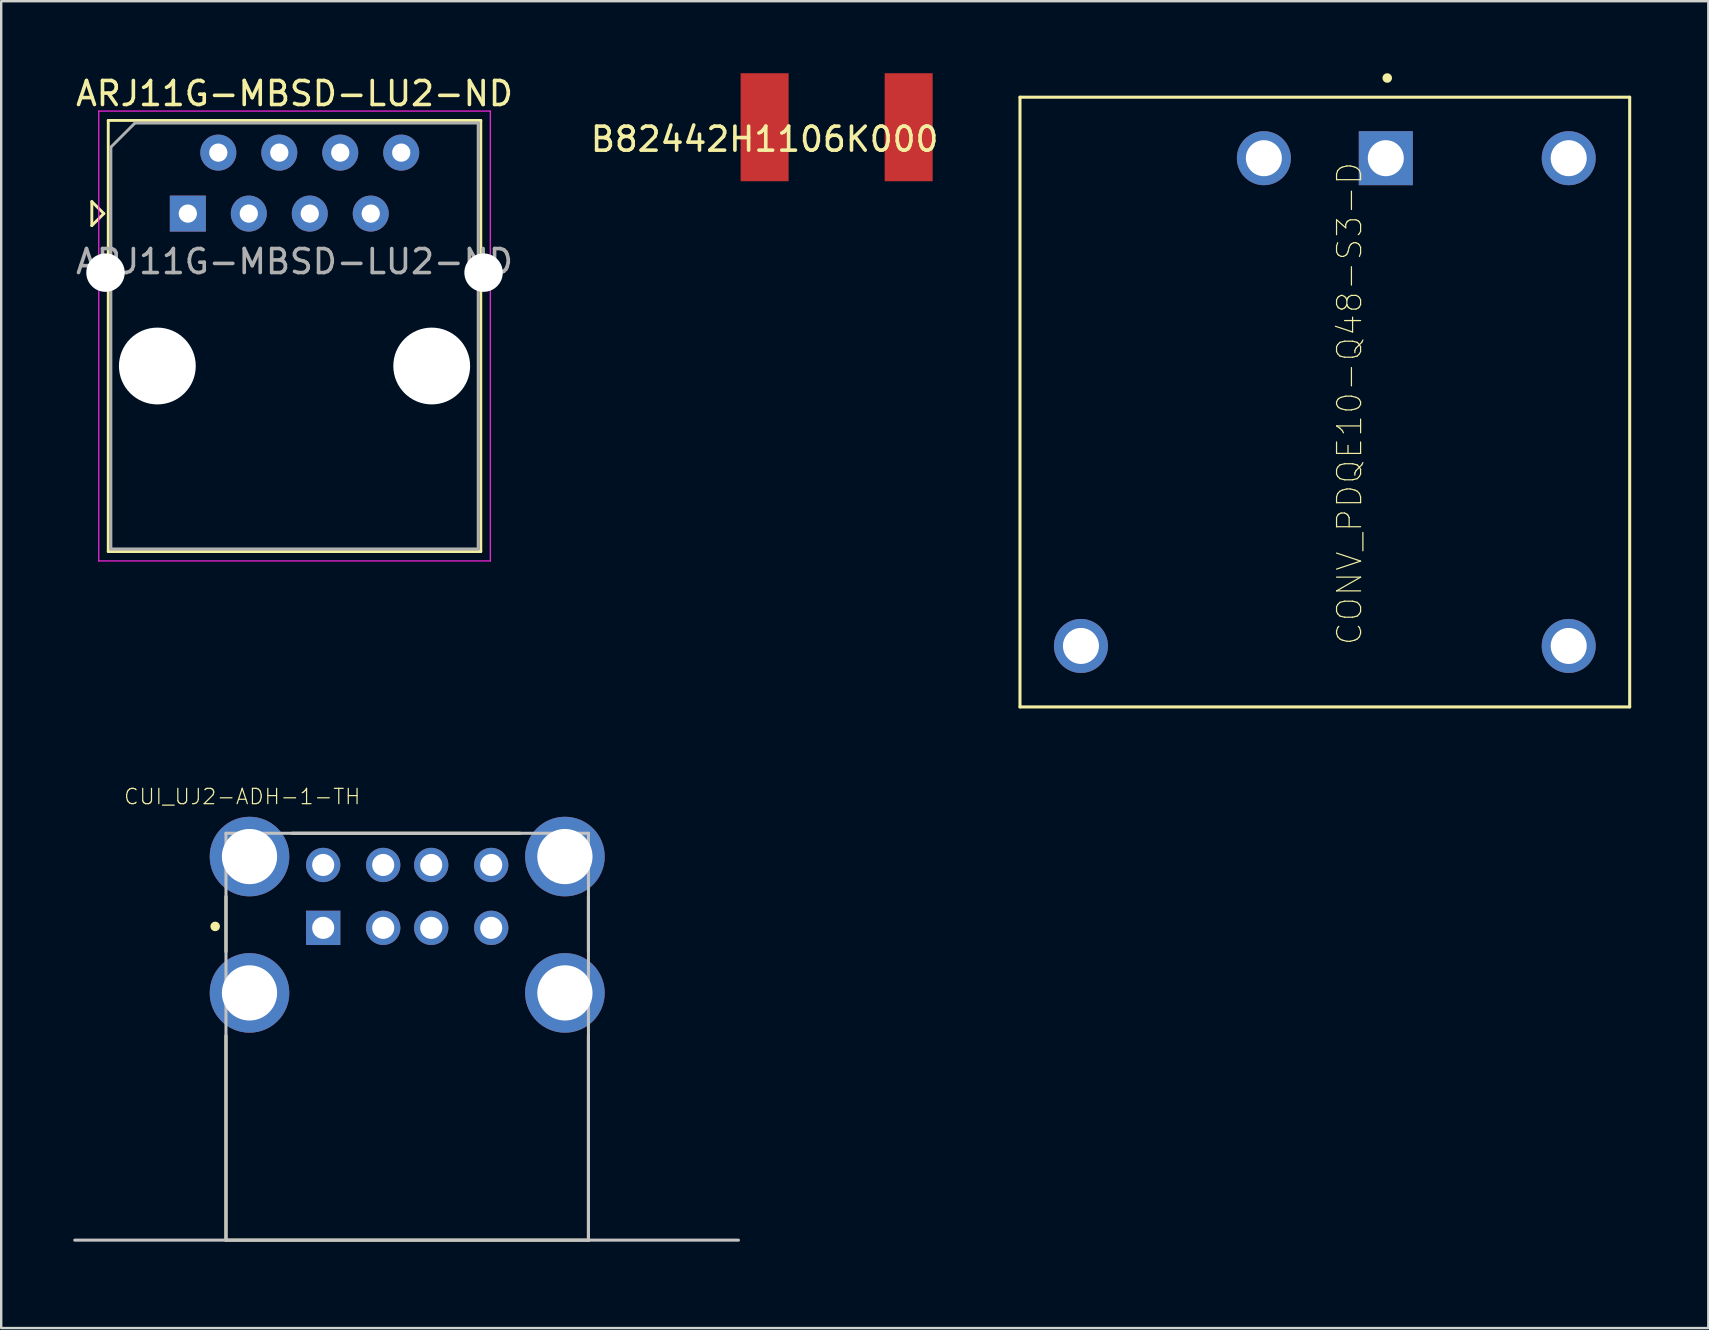
<source format=kicad_pcb>
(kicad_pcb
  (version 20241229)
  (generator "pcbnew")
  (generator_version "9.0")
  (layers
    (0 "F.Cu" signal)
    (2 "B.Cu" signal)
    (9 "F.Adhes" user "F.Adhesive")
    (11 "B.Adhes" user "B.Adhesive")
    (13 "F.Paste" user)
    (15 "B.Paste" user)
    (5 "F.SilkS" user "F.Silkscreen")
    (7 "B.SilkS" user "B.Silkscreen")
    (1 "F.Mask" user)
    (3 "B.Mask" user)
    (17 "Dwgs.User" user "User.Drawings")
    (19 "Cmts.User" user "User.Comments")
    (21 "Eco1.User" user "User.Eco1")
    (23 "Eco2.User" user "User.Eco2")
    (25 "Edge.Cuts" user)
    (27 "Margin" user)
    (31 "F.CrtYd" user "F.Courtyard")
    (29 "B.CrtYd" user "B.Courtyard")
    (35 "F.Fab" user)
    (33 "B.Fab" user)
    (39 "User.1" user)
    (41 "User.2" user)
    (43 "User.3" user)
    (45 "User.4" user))
  (footprint "ARJ11G-MBSD-LU2-ND"
    (layer "F.Cu")
    (at 4.775 5.848)
    (property "Reference" "ARJ11G-MBSD-LU2-ND" (at 4.445 -5 0) (layer "F.SilkS") (effects (font (size 1 1) (thickness 0.15))))
    (attr through_hole)
    (fp_line (start -4 -0.5) (end -4 0.5) (stroke (width 0.12) (type solid)) (layer "F.SilkS"))
    (fp_line (start -4 0.5) (end -3.5 0) (stroke (width 0.12) (type solid)) (layer "F.SilkS"))
    (fp_line (start -3.5 0) (end -4 -0.5) (stroke (width 0.12) (type solid)) (layer "F.SilkS"))
    (fp_line (start -3.315 -3.88) (end -3.315 14.08) (stroke (width 0.12) (type solid)) (layer "F.SilkS"))
    (fp_line (start -3.315 14.08) (end 12.205 14.08) (stroke (width 0.12) (type solid)) (layer "F.SilkS"))
    (fp_line (start 12.205 -3.88) (end -3.315 -3.88) (stroke (width 0.12) (type solid)) (layer "F.SilkS"))
    (fp_line (start 12.205 -3.88) (end 12.205 14.08) (stroke (width 0.12) (type solid)) (layer "F.SilkS"))
    (fp_line (start -3.71 -4.27) (end -3.71 14.47) (stroke (width 0.05) (type solid)) (layer "F.CrtYd"))
    (fp_line (start -3.71 -4.27) (end 12.6 -4.27) (stroke (width 0.05) (type solid)) (layer "F.CrtYd"))
    (fp_line (start 12.6 14.47) (end -3.71 14.47) (stroke (width 0.05) (type solid)) (layer "F.CrtYd"))
    (fp_line (start 12.6 14.47) (end 12.6 -4.27) (stroke (width 0.05) (type solid)) (layer "F.CrtYd"))
    (fp_line (start -3.205 -2.77) (end -2.205 -3.77) (stroke (width 0.12) (type solid)) (layer "F.Fab"))
    (fp_line (start -3.205 13.97) (end -3.205 -2.77) (stroke (width 0.12) (type solid)) (layer "F.Fab"))
    (fp_line (start -2.205 -3.77) (end 12.095 -3.77) (stroke (width 0.12) (type solid)) (layer "F.Fab"))
    (fp_line (start 12.095 -3.77) (end 12.095 13.97) (stroke (width 0.12) (type solid)) (layer "F.Fab"))
    (fp_line (start 12.095 13.97) (end -3.205 13.97) (stroke (width 0.12) (type solid)) (layer "F.Fab"))
    (fp_text user "${REFERENCE}" (at 4.445 2 0) (layer "F.Fab") (effects (font (size 1 1) (thickness 0.15))))
    (pad "" np_thru_hole circle (at -3.43 2.46) (size 1.6 1.6) (drill 1.6) (layers "*.Cu" "*.Mask"))
    (pad "" np_thru_hole circle (at -1.27 6.35) (size 3.2 3.2) (drill 3.2) (layers "*.Cu" "*.Mask"))
    (pad "" np_thru_hole circle (at 10.16 6.35) (size 3.2 3.2) (drill 3.2) (layers "*.Cu" "*.Mask"))
    (pad "" np_thru_hole circle (at 12.32 2.46) (size 1.6 1.6) (drill 1.6) (layers "*.Cu" "*.Mask"))
    (pad "1" thru_hole rect (at 0 0) (size 1.5 1.5) (drill 0.76) (layers "*.Cu" "*.Mask"))
    (pad "2" thru_hole circle (at 1.27 -2.54) (size 1.5 1.5) (drill 0.76) (layers "*.Cu" "*.Mask"))
    (pad "3" thru_hole circle (at 2.54 0) (size 1.5 1.5) (drill 0.76) (layers "*.Cu" "*.Mask"))
    (pad "4" thru_hole circle (at 3.81 -2.54) (size 1.5 1.5) (drill 0.76) (layers "*.Cu" "*.Mask"))
    (pad "5" thru_hole circle (at 5.08 0) (size 1.5 1.5) (drill 0.76) (layers "*.Cu" "*.Mask"))
    (pad "6" thru_hole circle (at 6.35 -2.54) (size 1.5 1.5) (drill 0.76) (layers "*.Cu" "*.Mask"))
    (pad "7" thru_hole circle (at 7.62 0) (size 1.5 1.5) (drill 0.76) (layers "*.Cu" "*.Mask"))
    (pad "8" thru_hole circle (at 8.89 -2.54) (size 1.5 1.5) (drill 0.76) (layers "*.Cu" "*.Mask")))
  (footprint "CONV_PDQE10-Q48-S3-D"
    (layer "F.Cu")
    (at 52.142 13.7)
    (property "Reference" "CONV_PDQE10-Q48-S3-D" (at 1.029 0.064 90) (layer "F.SilkS") (effects (font (size 1.002 1.002) (thickness 0.05))))
    (attr through_hole)
    (fp_line (start -12.7 -12.7) (end 12.7 -12.7) (stroke (width 0.127) (type solid)) (layer "F.SilkS"))
    (fp_line (start -12.7 12.7) (end -12.7 -12.7) (stroke (width 0.127) (type solid)) (layer "F.SilkS"))
    (fp_line (start 12.7 -12.7) (end 12.7 12.7) (stroke (width 0.127) (type solid)) (layer "F.SilkS"))
    (fp_line (start 12.7 12.7) (end -12.7 12.7) (stroke (width 0.127) (type solid)) (layer "F.SilkS"))
    (fp_circle (center 2.6 -13.5) (end 2.7 -13.5) (stroke (width 0.2) (type solid)) (fill no) (layer "F.SilkS"))
    (fp_line (start -12.95 -12.95) (end 12.95 -12.95) (stroke (width 0.05) (type solid)) (layer "Eco1.User"))
    (fp_line (start -12.95 12.95) (end -12.95 -12.95) (stroke (width 0.05) (type solid)) (layer "Eco1.User"))
    (fp_line (start 12.95 -12.95) (end 12.95 12.95) (stroke (width 0.05) (type solid)) (layer "Eco1.User"))
    (fp_line (start 12.95 12.95) (end -12.95 12.95) (stroke (width 0.05) (type solid)) (layer "Eco1.User"))
    (fp_line (start -12.7 -12.7) (end 12.7 -12.7) (stroke (width 0.127) (type solid)) (layer "Eco2.User"))
    (fp_line (start -12.7 12.7) (end -12.7 -12.7) (stroke (width 0.127) (type solid)) (layer "Eco2.User"))
    (fp_line (start 12.7 -12.7) (end 12.7 12.7) (stroke (width 0.127) (type solid)) (layer "Eco2.User"))
    (fp_line (start 12.7 12.7) (end -12.7 12.7) (stroke (width 0.127) (type solid)) (layer "Eco2.User"))
    (fp_circle (center 2.6 -13.5) (end 2.7 -13.5) (stroke (width 0.2) (type solid)) (fill no) (layer "Eco2.User"))
    (pad "1" thru_hole rect (at 2.54 -10.16) (size 2.25 2.25) (drill 1.5) (layers "*.Cu" "*.Mask"))
    (pad "2" thru_hole circle (at -2.54 -10.16) (size 2.25 2.25) (drill 1.5) (layers "*.Cu" "*.Mask"))
    (pad "3" thru_hole circle (at -10.16 10.16) (size 2.25 2.25) (drill 1.5) (layers "*.Cu" "*.Mask"))
    (pad "5" thru_hole circle (at 10.16 10.16) (size 2.25 2.25) (drill 1.5) (layers "*.Cu" "*.Mask"))
    (pad "6" thru_hole circle (at 10.16 -10.16) (size 2.25 2.25) (drill 1.5) (layers "*.Cu" "*.Mask")))
  (footprint "CUI_UJ2-ADH-1-TH"
    (layer "F.Cu")
    (at 10.414 35.604)
    (property "Reference" "CUI_UJ2-ADH-1-TH" (at -3.374 -5.467 0) (layer "F.SilkS") (effects (font (size 0.64 0.64) (thickness 0.05))))
    (attr through_hole)
    (fp_line (start -4.05 -1.31) (end -4.05 0.99) (stroke (width 0.127) (type solid)) (layer "F.SilkS"))
    (fp_line (start -4.05 4.49) (end -4.05 13.01) (stroke (width 0.127) (type solid)) (layer "F.SilkS"))
    (fp_line (start -4.05 13.01) (end 11.05 13.01) (stroke (width 0.127) (type solid)) (layer "F.SilkS"))
    (fp_line (start -1.3 -3.94) (end 8.2 -3.94) (stroke (width 0.127) (type solid)) (layer "F.SilkS"))
    (fp_line (start 11.05 -1.31) (end 11.05 0.99) (stroke (width 0.127) (type solid)) (layer "F.SilkS"))
    (fp_line (start 11.05 13.01) (end 11.05 4.49) (stroke (width 0.127) (type solid)) (layer "F.SilkS"))
    (fp_circle (center -4.5 -0.06) (end -4.4 -0.06) (stroke (width 0.2) (type solid)) (fill no) (layer "F.SilkS"))
    (fp_line (start -10.35 13.01) (end -4.1 13.01) (stroke (width 0.127) (type solid)) (layer "Dwgs.User"))
    (fp_line (start -4.05 -3.94) (end 11.05 -3.94) (stroke (width 0.127) (type solid)) (layer "Dwgs.User"))
    (fp_line (start -4.05 13.01) (end -4.05 -3.94) (stroke (width 0.127) (type solid)) (layer "Dwgs.User"))
    (fp_line (start 11.05 -3.94) (end 11.05 13.01) (stroke (width 0.127) (type solid)) (layer "Dwgs.User"))
    (fp_line (start 11.05 13.01) (end -4.05 13.01) (stroke (width 0.127) (type solid)) (layer "Dwgs.User"))
    (fp_line (start 11.05 13.01) (end 17.3 13.01) (stroke (width 0.127) (type solid)) (layer "Dwgs.User"))
    (fp_circle (center 0 -0.06) (end 0.1 -0.06) (stroke (width 0.2) (type solid)) (fill no) (layer "Dwgs.User"))
    (fp_line (start -5 -4.88) (end 12 -4.88) (stroke (width 0.05) (type solid)) (layer "Eco1.User"))
    (fp_line (start -5 -1.56) (end -5 -4.88) (stroke (width 0.05) (type solid)) (layer "Eco1.User"))
    (fp_line (start -5 1.19) (end -4.3 1.19) (stroke (width 0.05) (type solid)) (layer "Eco1.User"))
    (fp_line (start -5 4.19) (end -5 1.19) (stroke (width 0.05) (type solid)) (layer "Eco1.User"))
    (fp_line (start -4.3 -1.56) (end -5 -1.56) (stroke (width 0.05) (type solid)) (layer "Eco1.User"))
    (fp_line (start -4.3 1.19) (end -4.3 -1.56) (stroke (width 0.05) (type solid)) (layer "Eco1.User"))
    (fp_line (start -4.3 4.19) (end -5 4.19) (stroke (width 0.05) (type solid)) (layer "Eco1.User"))
    (fp_line (start -4.3 13.26) (end -4.3 4.19) (stroke (width 0.05) (type solid)) (layer "Eco1.User"))
    (fp_line (start 11.3 -1.31) (end 11.3 1.19) (stroke (width 0.05) (type solid)) (layer "Eco1.User"))
    (fp_line (start 11.3 1.19) (end 12 1.19) (stroke (width 0.05) (type solid)) (layer "Eco1.User"))
    (fp_line (start 11.3 4.19) (end 11.3 13.26) (stroke (width 0.05) (type solid)) (layer "Eco1.User"))
    (fp_line (start 11.3 13.26) (end -4.3 13.26) (stroke (width 0.05) (type solid)) (layer "Eco1.User"))
    (fp_line (start 12 -4.88) (end 12 -1.31) (stroke (width 0.05) (type solid)) (layer "Eco1.User"))
    (fp_line (start 12 -1.31) (end 11.3 -1.31) (stroke (width 0.05) (type solid)) (layer "Eco1.User"))
    (fp_line (start 12 1.19) (end 12 4.19) (stroke (width 0.05) (type solid)) (layer "Eco1.User"))
    (fp_line (start 12 4.19) (end 11.3 4.19) (stroke (width 0.05) (type solid)) (layer "Eco1.User"))
    (fp_text user "PCB~{EDGE}" (at 11.812 12.904 0) (layer "Edge.Cuts") (effects (font (size 1 1) (thickness 0.05))))
    (pad "1" thru_hole rect (at 0 0) (size 1.428 1.428) (drill 0.92) (layers "*.Cu" "*.Mask"))
    (pad "2" thru_hole circle (at 0 -2.62) (size 1.428 1.428) (drill 0.92) (layers "*.Cu" "*.Mask"))
    (pad "3" thru_hole circle (at 2.5 0) (size 1.428 1.428) (drill 0.92) (layers "*.Cu" "*.Mask"))
    (pad "4" thru_hole circle (at 2.5 -2.62) (size 1.428 1.428) (drill 0.92) (layers "*.Cu" "*.Mask"))
    (pad "5" thru_hole circle (at 4.5 0) (size 1.428 1.428) (drill 0.92) (layers "*.Cu" "*.Mask"))
    (pad "6" thru_hole circle (at 4.5 -2.62) (size 1.428 1.428) (drill 0.92) (layers "*.Cu" "*.Mask"))
    (pad "7" thru_hole circle (at 7 0) (size 1.428 1.428) (drill 0.92) (layers "*.Cu" "*.Mask"))
    (pad "8" thru_hole circle (at 7 -2.62) (size 1.428 1.428) (drill 0.92) (layers "*.Cu" "*.Mask"))
    (pad "SH1" thru_hole circle (at -3.07 -2.97) (size 3.316 3.316) (drill 2.3) (layers "*.Cu" "*.Mask"))
    (pad "SH2" thru_hole circle (at 10.07 -2.97) (size 3.316 3.316) (drill 2.3) (layers "*.Cu" "*.Mask"))
    (pad "SH3" thru_hole circle (at -3.07 2.71) (size 3.316 3.316) (drill 2.3) (layers "*.Cu" "*.Mask"))
    (pad "SH4" thru_hole circle (at 10.07 2.71) (size 3.316 3.316) (drill 2.3) (layers "*.Cu" "*.Mask")))
  (footprint "B82442H1106K000"
    (layer "F.Cu")
    (at 28.804 2.25)
    (property "Reference" "B82442H1106K000" (at 0 0.5 0) (layer "F.SilkS") (effects (font (size 1 1) (thickness 0.15))))
    (attr through_hole)
    (pad "1" smd rect (at 0 0) (size 2 4.5) (layers "F.Cu" "F.Mask" "F.Paste"))
    (pad "2" smd rect (at 6 0) (size 2 4.5) (layers "F.Cu" "F.Mask" "F.Paste")))
  (gr_rect
    (start -3 -3)
    (end 68.117 52.276)
    (stroke (width 0.1) (type default))
    (fill no)
    (layer "Edge.Cuts")))
</source>
